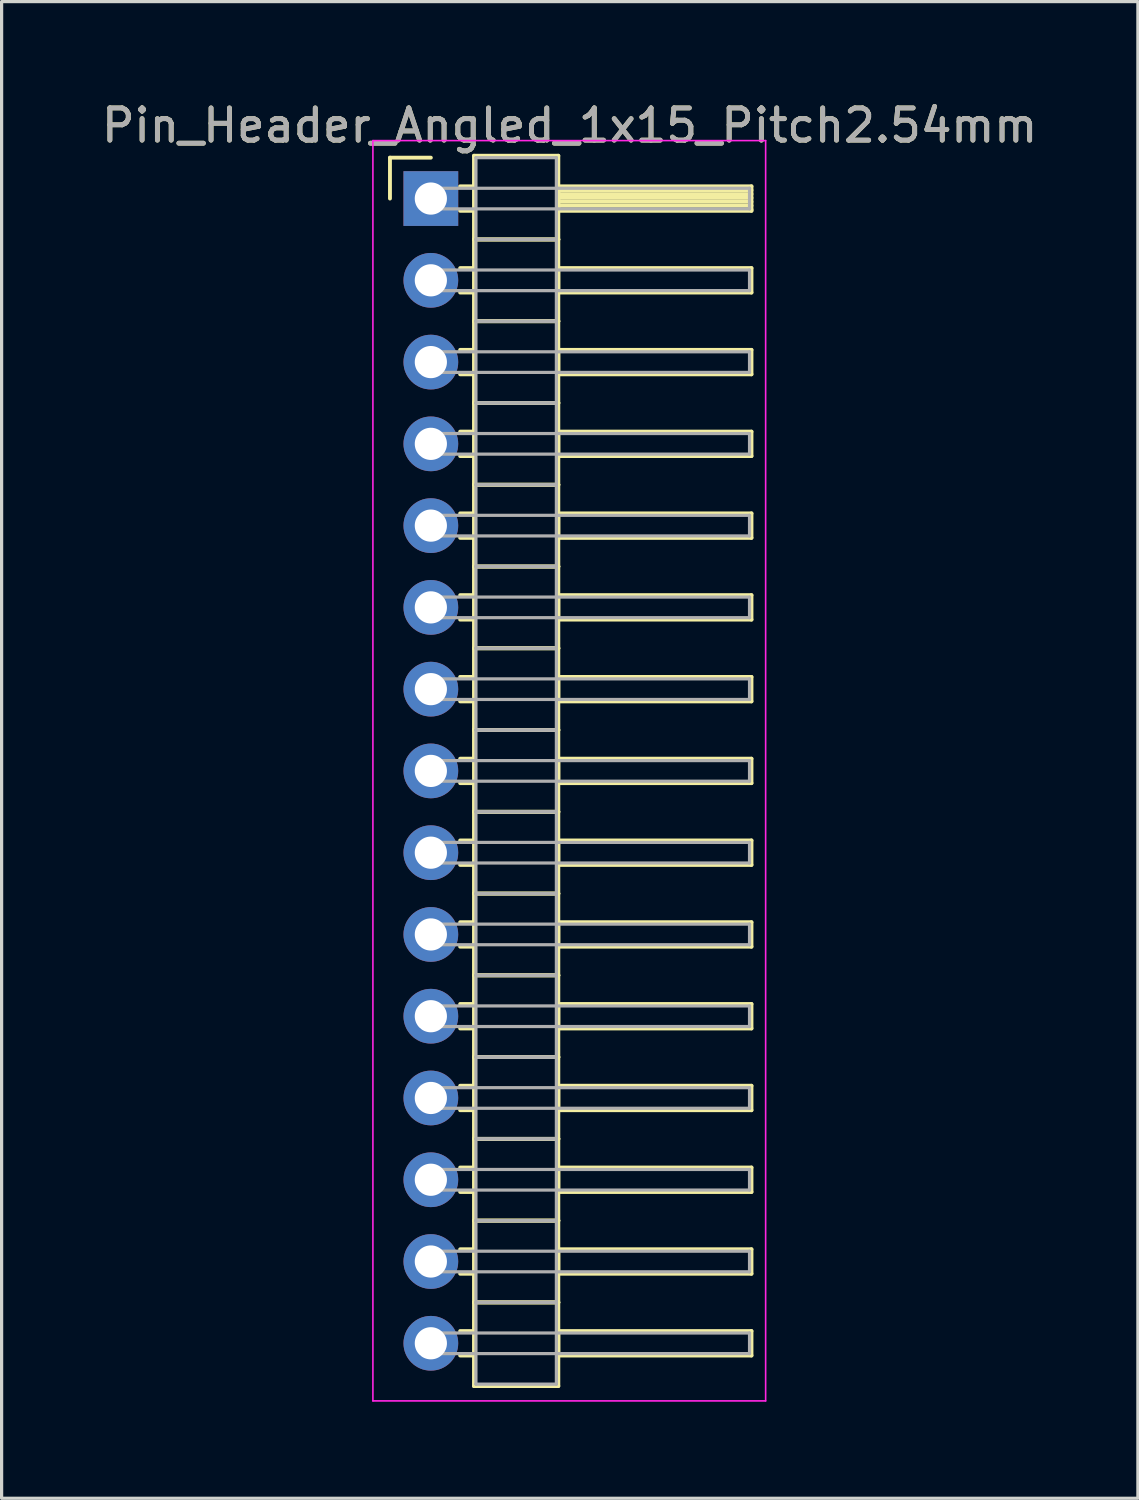
<source format=kicad_pcb>
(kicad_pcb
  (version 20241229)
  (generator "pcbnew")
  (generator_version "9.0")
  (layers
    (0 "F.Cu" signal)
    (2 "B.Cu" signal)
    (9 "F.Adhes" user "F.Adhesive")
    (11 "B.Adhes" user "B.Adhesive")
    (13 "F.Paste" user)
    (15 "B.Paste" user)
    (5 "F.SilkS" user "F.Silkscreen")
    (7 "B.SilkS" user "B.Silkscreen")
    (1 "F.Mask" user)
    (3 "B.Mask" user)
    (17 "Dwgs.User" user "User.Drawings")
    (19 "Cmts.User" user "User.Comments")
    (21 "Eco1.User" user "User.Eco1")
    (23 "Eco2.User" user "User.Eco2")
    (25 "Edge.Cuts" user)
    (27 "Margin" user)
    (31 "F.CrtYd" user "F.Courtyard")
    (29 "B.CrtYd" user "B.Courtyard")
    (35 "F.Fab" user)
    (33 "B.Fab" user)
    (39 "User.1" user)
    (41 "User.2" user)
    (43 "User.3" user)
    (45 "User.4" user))
  (footprint "Pin_Header_Angled_1x15_Pitch2.54mm"
    (layer "F.Cu")
    (at 10.334 3.118)
    (property "Reference" "Pin_Header_Angled_1x15_Pitch2.54mm" (at 4.315 -2.27 0) (layer "F.SilkS") (effects (font (size 1 1) (thickness 0.15))))
    (attr through_hole)
    (fp_line (start -1.27 -1.27) (end 0 -1.27) (stroke (width 0.12) (type solid)) (layer "F.SilkS"))
    (fp_line (start -1.27 0) (end -1.27 -1.27) (stroke (width 0.12) (type solid)) (layer "F.SilkS"))
    (fp_line (start 0.91 -0.38) (end 1.34 -0.38) (stroke (width 0.12) (type solid)) (layer "F.SilkS"))
    (fp_line (start 0.91 0.38) (end 1.34 0.38) (stroke (width 0.12) (type solid)) (layer "F.SilkS"))
    (fp_line (start 0.91 2.16) (end 1.34 2.16) (stroke (width 0.12) (type solid)) (layer "F.SilkS"))
    (fp_line (start 0.91 2.92) (end 1.34 2.92) (stroke (width 0.12) (type solid)) (layer "F.SilkS"))
    (fp_line (start 0.91 4.7) (end 1.34 4.7) (stroke (width 0.12) (type solid)) (layer "F.SilkS"))
    (fp_line (start 0.91 5.46) (end 1.34 5.46) (stroke (width 0.12) (type solid)) (layer "F.SilkS"))
    (fp_line (start 0.91 7.24) (end 1.34 7.24) (stroke (width 0.12) (type solid)) (layer "F.SilkS"))
    (fp_line (start 0.91 8) (end 1.34 8) (stroke (width 0.12) (type solid)) (layer "F.SilkS"))
    (fp_line (start 0.91 9.78) (end 1.34 9.78) (stroke (width 0.12) (type solid)) (layer "F.SilkS"))
    (fp_line (start 0.91 10.54) (end 1.34 10.54) (stroke (width 0.12) (type solid)) (layer "F.SilkS"))
    (fp_line (start 0.91 12.32) (end 1.34 12.32) (stroke (width 0.12) (type solid)) (layer "F.SilkS"))
    (fp_line (start 0.91 13.08) (end 1.34 13.08) (stroke (width 0.12) (type solid)) (layer "F.SilkS"))
    (fp_line (start 0.91 14.86) (end 1.34 14.86) (stroke (width 0.12) (type solid)) (layer "F.SilkS"))
    (fp_line (start 0.91 15.62) (end 1.34 15.62) (stroke (width 0.12) (type solid)) (layer "F.SilkS"))
    (fp_line (start 0.91 17.4) (end 1.34 17.4) (stroke (width 0.12) (type solid)) (layer "F.SilkS"))
    (fp_line (start 0.91 18.16) (end 1.34 18.16) (stroke (width 0.12) (type solid)) (layer "F.SilkS"))
    (fp_line (start 0.91 19.94) (end 1.34 19.94) (stroke (width 0.12) (type solid)) (layer "F.SilkS"))
    (fp_line (start 0.91 20.7) (end 1.34 20.7) (stroke (width 0.12) (type solid)) (layer "F.SilkS"))
    (fp_line (start 0.91 22.48) (end 1.34 22.48) (stroke (width 0.12) (type solid)) (layer "F.SilkS"))
    (fp_line (start 0.91 23.24) (end 1.34 23.24) (stroke (width 0.12) (type solid)) (layer "F.SilkS"))
    (fp_line (start 0.91 25.02) (end 1.34 25.02) (stroke (width 0.12) (type solid)) (layer "F.SilkS"))
    (fp_line (start 0.91 25.78) (end 1.34 25.78) (stroke (width 0.12) (type solid)) (layer "F.SilkS"))
    (fp_line (start 0.91 27.56) (end 1.34 27.56) (stroke (width 0.12) (type solid)) (layer "F.SilkS"))
    (fp_line (start 0.91 28.32) (end 1.34 28.32) (stroke (width 0.12) (type solid)) (layer "F.SilkS"))
    (fp_line (start 0.91 30.1) (end 1.34 30.1) (stroke (width 0.12) (type solid)) (layer "F.SilkS"))
    (fp_line (start 0.91 30.86) (end 1.34 30.86) (stroke (width 0.12) (type solid)) (layer "F.SilkS"))
    (fp_line (start 0.91 32.64) (end 1.34 32.64) (stroke (width 0.12) (type solid)) (layer "F.SilkS"))
    (fp_line (start 0.91 33.4) (end 1.34 33.4) (stroke (width 0.12) (type solid)) (layer "F.SilkS"))
    (fp_line (start 0.91 35.18) (end 1.34 35.18) (stroke (width 0.12) (type solid)) (layer "F.SilkS"))
    (fp_line (start 0.91 35.94) (end 1.34 35.94) (stroke (width 0.12) (type solid)) (layer "F.SilkS"))
    (fp_line (start 1.34 -1.33) (end 1.34 1.27) (stroke (width 0.12) (type solid)) (layer "F.SilkS"))
    (fp_line (start 1.34 1.27) (end 1.34 3.81) (stroke (width 0.12) (type solid)) (layer "F.SilkS"))
    (fp_line (start 1.34 1.27) (end 3.96 1.27) (stroke (width 0.12) (type solid)) (layer "F.SilkS"))
    (fp_line (start 1.34 3.81) (end 1.34 6.35) (stroke (width 0.12) (type solid)) (layer "F.SilkS"))
    (fp_line (start 1.34 3.81) (end 3.96 3.81) (stroke (width 0.12) (type solid)) (layer "F.SilkS"))
    (fp_line (start 1.34 6.35) (end 1.34 8.89) (stroke (width 0.12) (type solid)) (layer "F.SilkS"))
    (fp_line (start 1.34 6.35) (end 3.96 6.35) (stroke (width 0.12) (type solid)) (layer "F.SilkS"))
    (fp_line (start 1.34 8.89) (end 1.34 11.43) (stroke (width 0.12) (type solid)) (layer "F.SilkS"))
    (fp_line (start 1.34 8.89) (end 3.96 8.89) (stroke (width 0.12) (type solid)) (layer "F.SilkS"))
    (fp_line (start 1.34 11.43) (end 1.34 13.97) (stroke (width 0.12) (type solid)) (layer "F.SilkS"))
    (fp_line (start 1.34 11.43) (end 3.96 11.43) (stroke (width 0.12) (type solid)) (layer "F.SilkS"))
    (fp_line (start 1.34 13.97) (end 1.34 16.51) (stroke (width 0.12) (type solid)) (layer "F.SilkS"))
    (fp_line (start 1.34 13.97) (end 3.96 13.97) (stroke (width 0.12) (type solid)) (layer "F.SilkS"))
    (fp_line (start 1.34 16.51) (end 1.34 19.05) (stroke (width 0.12) (type solid)) (layer "F.SilkS"))
    (fp_line (start 1.34 16.51) (end 3.96 16.51) (stroke (width 0.12) (type solid)) (layer "F.SilkS"))
    (fp_line (start 1.34 19.05) (end 1.34 21.59) (stroke (width 0.12) (type solid)) (layer "F.SilkS"))
    (fp_line (start 1.34 19.05) (end 3.96 19.05) (stroke (width 0.12) (type solid)) (layer "F.SilkS"))
    (fp_line (start 1.34 21.59) (end 1.34 24.13) (stroke (width 0.12) (type solid)) (layer "F.SilkS"))
    (fp_line (start 1.34 21.59) (end 3.96 21.59) (stroke (width 0.12) (type solid)) (layer "F.SilkS"))
    (fp_line (start 1.34 24.13) (end 1.34 26.67) (stroke (width 0.12) (type solid)) (layer "F.SilkS"))
    (fp_line (start 1.34 24.13) (end 3.96 24.13) (stroke (width 0.12) (type solid)) (layer "F.SilkS"))
    (fp_line (start 1.34 26.67) (end 1.34 29.21) (stroke (width 0.12) (type solid)) (layer "F.SilkS"))
    (fp_line (start 1.34 26.67) (end 3.96 26.67) (stroke (width 0.12) (type solid)) (layer "F.SilkS"))
    (fp_line (start 1.34 29.21) (end 1.34 31.75) (stroke (width 0.12) (type solid)) (layer "F.SilkS"))
    (fp_line (start 1.34 29.21) (end 3.96 29.21) (stroke (width 0.12) (type solid)) (layer "F.SilkS"))
    (fp_line (start 1.34 31.75) (end 1.34 34.29) (stroke (width 0.12) (type solid)) (layer "F.SilkS"))
    (fp_line (start 1.34 31.75) (end 3.96 31.75) (stroke (width 0.12) (type solid)) (layer "F.SilkS"))
    (fp_line (start 1.34 34.29) (end 1.34 36.89) (stroke (width 0.12) (type solid)) (layer "F.SilkS"))
    (fp_line (start 1.34 34.29) (end 3.96 34.29) (stroke (width 0.12) (type solid)) (layer "F.SilkS"))
    (fp_line (start 1.34 36.89) (end 3.96 36.89) (stroke (width 0.12) (type solid)) (layer "F.SilkS"))
    (fp_line (start 3.96 -1.33) (end 1.34 -1.33) (stroke (width 0.12) (type solid)) (layer "F.SilkS"))
    (fp_line (start 3.96 -0.38) (end 3.96 0.38) (stroke (width 0.12) (type solid)) (layer "F.SilkS"))
    (fp_line (start 3.96 -0.26) (end 9.96 -0.26) (stroke (width 0.12) (type solid)) (layer "F.SilkS"))
    (fp_line (start 3.96 -0.14) (end 9.96 -0.14) (stroke (width 0.12) (type solid)) (layer "F.SilkS"))
    (fp_line (start 3.96 -0.02) (end 9.96 -0.02) (stroke (width 0.12) (type solid)) (layer "F.SilkS"))
    (fp_line (start 3.96 0.1) (end 9.96 0.1) (stroke (width 0.12) (type solid)) (layer "F.SilkS"))
    (fp_line (start 3.96 0.22) (end 9.96 0.22) (stroke (width 0.12) (type solid)) (layer "F.SilkS"))
    (fp_line (start 3.96 0.34) (end 9.96 0.34) (stroke (width 0.12) (type solid)) (layer "F.SilkS"))
    (fp_line (start 3.96 0.38) (end 9.96 0.38) (stroke (width 0.12) (type solid)) (layer "F.SilkS"))
    (fp_line (start 3.96 1.27) (end 1.34 1.27) (stroke (width 0.12) (type solid)) (layer "F.SilkS"))
    (fp_line (start 3.96 1.27) (end 3.96 -1.33) (stroke (width 0.12) (type solid)) (layer "F.SilkS"))
    (fp_line (start 3.96 2.16) (end 3.96 2.92) (stroke (width 0.12) (type solid)) (layer "F.SilkS"))
    (fp_line (start 3.96 2.92) (end 9.96 2.92) (stroke (width 0.12) (type solid)) (layer "F.SilkS"))
    (fp_line (start 3.96 3.81) (end 1.34 3.81) (stroke (width 0.12) (type solid)) (layer "F.SilkS"))
    (fp_line (start 3.96 3.81) (end 3.96 1.27) (stroke (width 0.12) (type solid)) (layer "F.SilkS"))
    (fp_line (start 3.96 4.7) (end 3.96 5.46) (stroke (width 0.12) (type solid)) (layer "F.SilkS"))
    (fp_line (start 3.96 5.46) (end 9.96 5.46) (stroke (width 0.12) (type solid)) (layer "F.SilkS"))
    (fp_line (start 3.96 6.35) (end 1.34 6.35) (stroke (width 0.12) (type solid)) (layer "F.SilkS"))
    (fp_line (start 3.96 6.35) (end 3.96 3.81) (stroke (width 0.12) (type solid)) (layer "F.SilkS"))
    (fp_line (start 3.96 7.24) (end 3.96 8) (stroke (width 0.12) (type solid)) (layer "F.SilkS"))
    (fp_line (start 3.96 8) (end 9.96 8) (stroke (width 0.12) (type solid)) (layer "F.SilkS"))
    (fp_line (start 3.96 8.89) (end 1.34 8.89) (stroke (width 0.12) (type solid)) (layer "F.SilkS"))
    (fp_line (start 3.96 8.89) (end 3.96 6.35) (stroke (width 0.12) (type solid)) (layer "F.SilkS"))
    (fp_line (start 3.96 9.78) (end 3.96 10.54) (stroke (width 0.12) (type solid)) (layer "F.SilkS"))
    (fp_line (start 3.96 10.54) (end 9.96 10.54) (stroke (width 0.12) (type solid)) (layer "F.SilkS"))
    (fp_line (start 3.96 11.43) (end 1.34 11.43) (stroke (width 0.12) (type solid)) (layer "F.SilkS"))
    (fp_line (start 3.96 11.43) (end 3.96 8.89) (stroke (width 0.12) (type solid)) (layer "F.SilkS"))
    (fp_line (start 3.96 12.32) (end 3.96 13.08) (stroke (width 0.12) (type solid)) (layer "F.SilkS"))
    (fp_line (start 3.96 13.08) (end 9.96 13.08) (stroke (width 0.12) (type solid)) (layer "F.SilkS"))
    (fp_line (start 3.96 13.97) (end 1.34 13.97) (stroke (width 0.12) (type solid)) (layer "F.SilkS"))
    (fp_line (start 3.96 13.97) (end 3.96 11.43) (stroke (width 0.12) (type solid)) (layer "F.SilkS"))
    (fp_line (start 3.96 14.86) (end 3.96 15.62) (stroke (width 0.12) (type solid)) (layer "F.SilkS"))
    (fp_line (start 3.96 15.62) (end 9.96 15.62) (stroke (width 0.12) (type solid)) (layer "F.SilkS"))
    (fp_line (start 3.96 16.51) (end 1.34 16.51) (stroke (width 0.12) (type solid)) (layer "F.SilkS"))
    (fp_line (start 3.96 16.51) (end 3.96 13.97) (stroke (width 0.12) (type solid)) (layer "F.SilkS"))
    (fp_line (start 3.96 17.4) (end 3.96 18.16) (stroke (width 0.12) (type solid)) (layer "F.SilkS"))
    (fp_line (start 3.96 18.16) (end 9.96 18.16) (stroke (width 0.12) (type solid)) (layer "F.SilkS"))
    (fp_line (start 3.96 19.05) (end 1.34 19.05) (stroke (width 0.12) (type solid)) (layer "F.SilkS"))
    (fp_line (start 3.96 19.05) (end 3.96 16.51) (stroke (width 0.12) (type solid)) (layer "F.SilkS"))
    (fp_line (start 3.96 19.94) (end 3.96 20.7) (stroke (width 0.12) (type solid)) (layer "F.SilkS"))
    (fp_line (start 3.96 20.7) (end 9.96 20.7) (stroke (width 0.12) (type solid)) (layer "F.SilkS"))
    (fp_line (start 3.96 21.59) (end 1.34 21.59) (stroke (width 0.12) (type solid)) (layer "F.SilkS"))
    (fp_line (start 3.96 21.59) (end 3.96 19.05) (stroke (width 0.12) (type solid)) (layer "F.SilkS"))
    (fp_line (start 3.96 22.48) (end 3.96 23.24) (stroke (width 0.12) (type solid)) (layer "F.SilkS"))
    (fp_line (start 3.96 23.24) (end 9.96 23.24) (stroke (width 0.12) (type solid)) (layer "F.SilkS"))
    (fp_line (start 3.96 24.13) (end 1.34 24.13) (stroke (width 0.12) (type solid)) (layer "F.SilkS"))
    (fp_line (start 3.96 24.13) (end 3.96 21.59) (stroke (width 0.12) (type solid)) (layer "F.SilkS"))
    (fp_line (start 3.96 25.02) (end 3.96 25.78) (stroke (width 0.12) (type solid)) (layer "F.SilkS"))
    (fp_line (start 3.96 25.78) (end 9.96 25.78) (stroke (width 0.12) (type solid)) (layer "F.SilkS"))
    (fp_line (start 3.96 26.67) (end 1.34 26.67) (stroke (width 0.12) (type solid)) (layer "F.SilkS"))
    (fp_line (start 3.96 26.67) (end 3.96 24.13) (stroke (width 0.12) (type solid)) (layer "F.SilkS"))
    (fp_line (start 3.96 27.56) (end 3.96 28.32) (stroke (width 0.12) (type solid)) (layer "F.SilkS"))
    (fp_line (start 3.96 28.32) (end 9.96 28.32) (stroke (width 0.12) (type solid)) (layer "F.SilkS"))
    (fp_line (start 3.96 29.21) (end 1.34 29.21) (stroke (width 0.12) (type solid)) (layer "F.SilkS"))
    (fp_line (start 3.96 29.21) (end 3.96 26.67) (stroke (width 0.12) (type solid)) (layer "F.SilkS"))
    (fp_line (start 3.96 30.1) (end 3.96 30.86) (stroke (width 0.12) (type solid)) (layer "F.SilkS"))
    (fp_line (start 3.96 30.86) (end 9.96 30.86) (stroke (width 0.12) (type solid)) (layer "F.SilkS"))
    (fp_line (start 3.96 31.75) (end 1.34 31.75) (stroke (width 0.12) (type solid)) (layer "F.SilkS"))
    (fp_line (start 3.96 31.75) (end 3.96 29.21) (stroke (width 0.12) (type solid)) (layer "F.SilkS"))
    (fp_line (start 3.96 32.64) (end 3.96 33.4) (stroke (width 0.12) (type solid)) (layer "F.SilkS"))
    (fp_line (start 3.96 33.4) (end 9.96 33.4) (stroke (width 0.12) (type solid)) (layer "F.SilkS"))
    (fp_line (start 3.96 34.29) (end 1.34 34.29) (stroke (width 0.12) (type solid)) (layer "F.SilkS"))
    (fp_line (start 3.96 34.29) (end 3.96 31.75) (stroke (width 0.12) (type solid)) (layer "F.SilkS"))
    (fp_line (start 3.96 35.18) (end 3.96 35.94) (stroke (width 0.12) (type solid)) (layer "F.SilkS"))
    (fp_line (start 3.96 35.94) (end 9.96 35.94) (stroke (width 0.12) (type solid)) (layer "F.SilkS"))
    (fp_line (start 3.96 36.89) (end 3.96 34.29) (stroke (width 0.12) (type solid)) (layer "F.SilkS"))
    (fp_line (start 9.96 -0.38) (end 3.96 -0.38) (stroke (width 0.12) (type solid)) (layer "F.SilkS"))
    (fp_line (start 9.96 0.38) (end 9.96 -0.38) (stroke (width 0.12) (type solid)) (layer "F.SilkS"))
    (fp_line (start 9.96 2.16) (end 3.96 2.16) (stroke (width 0.12) (type solid)) (layer "F.SilkS"))
    (fp_line (start 9.96 2.92) (end 9.96 2.16) (stroke (width 0.12) (type solid)) (layer "F.SilkS"))
    (fp_line (start 9.96 4.7) (end 3.96 4.7) (stroke (width 0.12) (type solid)) (layer "F.SilkS"))
    (fp_line (start 9.96 5.46) (end 9.96 4.7) (stroke (width 0.12) (type solid)) (layer "F.SilkS"))
    (fp_line (start 9.96 7.24) (end 3.96 7.24) (stroke (width 0.12) (type solid)) (layer "F.SilkS"))
    (fp_line (start 9.96 8) (end 9.96 7.24) (stroke (width 0.12) (type solid)) (layer "F.SilkS"))
    (fp_line (start 9.96 9.78) (end 3.96 9.78) (stroke (width 0.12) (type solid)) (layer "F.SilkS"))
    (fp_line (start 9.96 10.54) (end 9.96 9.78) (stroke (width 0.12) (type solid)) (layer "F.SilkS"))
    (fp_line (start 9.96 12.32) (end 3.96 12.32) (stroke (width 0.12) (type solid)) (layer "F.SilkS"))
    (fp_line (start 9.96 13.08) (end 9.96 12.32) (stroke (width 0.12) (type solid)) (layer "F.SilkS"))
    (fp_line (start 9.96 14.86) (end 3.96 14.86) (stroke (width 0.12) (type solid)) (layer "F.SilkS"))
    (fp_line (start 9.96 15.62) (end 9.96 14.86) (stroke (width 0.12) (type solid)) (layer "F.SilkS"))
    (fp_line (start 9.96 17.4) (end 3.96 17.4) (stroke (width 0.12) (type solid)) (layer "F.SilkS"))
    (fp_line (start 9.96 18.16) (end 9.96 17.4) (stroke (width 0.12) (type solid)) (layer "F.SilkS"))
    (fp_line (start 9.96 19.94) (end 3.96 19.94) (stroke (width 0.12) (type solid)) (layer "F.SilkS"))
    (fp_line (start 9.96 20.7) (end 9.96 19.94) (stroke (width 0.12) (type solid)) (layer "F.SilkS"))
    (fp_line (start 9.96 22.48) (end 3.96 22.48) (stroke (width 0.12) (type solid)) (layer "F.SilkS"))
    (fp_line (start 9.96 23.24) (end 9.96 22.48) (stroke (width 0.12) (type solid)) (layer "F.SilkS"))
    (fp_line (start 9.96 25.02) (end 3.96 25.02) (stroke (width 0.12) (type solid)) (layer "F.SilkS"))
    (fp_line (start 9.96 25.78) (end 9.96 25.02) (stroke (width 0.12) (type solid)) (layer "F.SilkS"))
    (fp_line (start 9.96 27.56) (end 3.96 27.56) (stroke (width 0.12) (type solid)) (layer "F.SilkS"))
    (fp_line (start 9.96 28.32) (end 9.96 27.56) (stroke (width 0.12) (type solid)) (layer "F.SilkS"))
    (fp_line (start 9.96 30.1) (end 3.96 30.1) (stroke (width 0.12) (type solid)) (layer "F.SilkS"))
    (fp_line (start 9.96 30.86) (end 9.96 30.1) (stroke (width 0.12) (type solid)) (layer "F.SilkS"))
    (fp_line (start 9.96 32.64) (end 3.96 32.64) (stroke (width 0.12) (type solid)) (layer "F.SilkS"))
    (fp_line (start 9.96 33.4) (end 9.96 32.64) (stroke (width 0.12) (type solid)) (layer "F.SilkS"))
    (fp_line (start 9.96 35.18) (end 3.96 35.18) (stroke (width 0.12) (type solid)) (layer "F.SilkS"))
    (fp_line (start 9.96 35.94) (end 9.96 35.18) (stroke (width 0.12) (type solid)) (layer "F.SilkS"))
    (fp_line (start -1.8 -1.8) (end -1.8 37.35) (stroke (width 0.05) (type solid)) (layer "F.CrtYd"))
    (fp_line (start -1.8 37.35) (end 10.4 37.35) (stroke (width 0.05) (type solid)) (layer "F.CrtYd"))
    (fp_line (start 10.4 -1.8) (end -1.8 -1.8) (stroke (width 0.05) (type solid)) (layer "F.CrtYd"))
    (fp_line (start 10.4 37.35) (end 10.4 -1.8) (stroke (width 0.05) (type solid)) (layer "F.CrtYd"))
    (fp_line (start 0 -0.32) (end 0 0.32) (stroke (width 0.1) (type solid)) (layer "F.Fab"))
    (fp_line (start 0 0.32) (end 9.9 0.32) (stroke (width 0.1) (type solid)) (layer "F.Fab"))
    (fp_line (start 0 2.22) (end 0 2.86) (stroke (width 0.1) (type solid)) (layer "F.Fab"))
    (fp_line (start 0 2.86) (end 9.9 2.86) (stroke (width 0.1) (type solid)) (layer "F.Fab"))
    (fp_line (start 0 4.76) (end 0 5.4) (stroke (width 0.1) (type solid)) (layer "F.Fab"))
    (fp_line (start 0 5.4) (end 9.9 5.4) (stroke (width 0.1) (type solid)) (layer "F.Fab"))
    (fp_line (start 0 7.3) (end 0 7.94) (stroke (width 0.1) (type solid)) (layer "F.Fab"))
    (fp_line (start 0 7.94) (end 9.9 7.94) (stroke (width 0.1) (type solid)) (layer "F.Fab"))
    (fp_line (start 0 9.84) (end 0 10.48) (stroke (width 0.1) (type solid)) (layer "F.Fab"))
    (fp_line (start 0 10.48) (end 9.9 10.48) (stroke (width 0.1) (type solid)) (layer "F.Fab"))
    (fp_line (start 0 12.38) (end 0 13.02) (stroke (width 0.1) (type solid)) (layer "F.Fab"))
    (fp_line (start 0 13.02) (end 9.9 13.02) (stroke (width 0.1) (type solid)) (layer "F.Fab"))
    (fp_line (start 0 14.92) (end 0 15.56) (stroke (width 0.1) (type solid)) (layer "F.Fab"))
    (fp_line (start 0 15.56) (end 9.9 15.56) (stroke (width 0.1) (type solid)) (layer "F.Fab"))
    (fp_line (start 0 17.46) (end 0 18.1) (stroke (width 0.1) (type solid)) (layer "F.Fab"))
    (fp_line (start 0 18.1) (end 9.9 18.1) (stroke (width 0.1) (type solid)) (layer "F.Fab"))
    (fp_line (start 0 20) (end 0 20.64) (stroke (width 0.1) (type solid)) (layer "F.Fab"))
    (fp_line (start 0 20.64) (end 9.9 20.64) (stroke (width 0.1) (type solid)) (layer "F.Fab"))
    (fp_line (start 0 22.54) (end 0 23.18) (stroke (width 0.1) (type solid)) (layer "F.Fab"))
    (fp_line (start 0 23.18) (end 9.9 23.18) (stroke (width 0.1) (type solid)) (layer "F.Fab"))
    (fp_line (start 0 25.08) (end 0 25.72) (stroke (width 0.1) (type solid)) (layer "F.Fab"))
    (fp_line (start 0 25.72) (end 9.9 25.72) (stroke (width 0.1) (type solid)) (layer "F.Fab"))
    (fp_line (start 0 27.62) (end 0 28.26) (stroke (width 0.1) (type solid)) (layer "F.Fab"))
    (fp_line (start 0 28.26) (end 9.9 28.26) (stroke (width 0.1) (type solid)) (layer "F.Fab"))
    (fp_line (start 0 30.16) (end 0 30.8) (stroke (width 0.1) (type solid)) (layer "F.Fab"))
    (fp_line (start 0 30.8) (end 9.9 30.8) (stroke (width 0.1) (type solid)) (layer "F.Fab"))
    (fp_line (start 0 32.7) (end 0 33.34) (stroke (width 0.1) (type solid)) (layer "F.Fab"))
    (fp_line (start 0 33.34) (end 9.9 33.34) (stroke (width 0.1) (type solid)) (layer "F.Fab"))
    (fp_line (start 0 35.24) (end 0 35.88) (stroke (width 0.1) (type solid)) (layer "F.Fab"))
    (fp_line (start 0 35.88) (end 9.9 35.88) (stroke (width 0.1) (type solid)) (layer "F.Fab"))
    (fp_line (start 1.4 -1.27) (end 1.4 1.27) (stroke (width 0.1) (type solid)) (layer "F.Fab"))
    (fp_line (start 1.4 1.27) (end 1.4 3.81) (stroke (width 0.1) (type solid)) (layer "F.Fab"))
    (fp_line (start 1.4 1.27) (end 3.9 1.27) (stroke (width 0.1) (type solid)) (layer "F.Fab"))
    (fp_line (start 1.4 3.81) (end 1.4 6.35) (stroke (width 0.1) (type solid)) (layer "F.Fab"))
    (fp_line (start 1.4 3.81) (end 3.9 3.81) (stroke (width 0.1) (type solid)) (layer "F.Fab"))
    (fp_line (start 1.4 6.35) (end 1.4 8.89) (stroke (width 0.1) (type solid)) (layer "F.Fab"))
    (fp_line (start 1.4 6.35) (end 3.9 6.35) (stroke (width 0.1) (type solid)) (layer "F.Fab"))
    (fp_line (start 1.4 8.89) (end 1.4 11.43) (stroke (width 0.1) (type solid)) (layer "F.Fab"))
    (fp_line (start 1.4 8.89) (end 3.9 8.89) (stroke (width 0.1) (type solid)) (layer "F.Fab"))
    (fp_line (start 1.4 11.43) (end 1.4 13.97) (stroke (width 0.1) (type solid)) (layer "F.Fab"))
    (fp_line (start 1.4 11.43) (end 3.9 11.43) (stroke (width 0.1) (type solid)) (layer "F.Fab"))
    (fp_line (start 1.4 13.97) (end 1.4 16.51) (stroke (width 0.1) (type solid)) (layer "F.Fab"))
    (fp_line (start 1.4 13.97) (end 3.9 13.97) (stroke (width 0.1) (type solid)) (layer "F.Fab"))
    (fp_line (start 1.4 16.51) (end 1.4 19.05) (stroke (width 0.1) (type solid)) (layer "F.Fab"))
    (fp_line (start 1.4 16.51) (end 3.9 16.51) (stroke (width 0.1) (type solid)) (layer "F.Fab"))
    (fp_line (start 1.4 19.05) (end 1.4 21.59) (stroke (width 0.1) (type solid)) (layer "F.Fab"))
    (fp_line (start 1.4 19.05) (end 3.9 19.05) (stroke (width 0.1) (type solid)) (layer "F.Fab"))
    (fp_line (start 1.4 21.59) (end 1.4 24.13) (stroke (width 0.1) (type solid)) (layer "F.Fab"))
    (fp_line (start 1.4 21.59) (end 3.9 21.59) (stroke (width 0.1) (type solid)) (layer "F.Fab"))
    (fp_line (start 1.4 24.13) (end 1.4 26.67) (stroke (width 0.1) (type solid)) (layer "F.Fab"))
    (fp_line (start 1.4 24.13) (end 3.9 24.13) (stroke (width 0.1) (type solid)) (layer "F.Fab"))
    (fp_line (start 1.4 26.67) (end 1.4 29.21) (stroke (width 0.1) (type solid)) (layer "F.Fab"))
    (fp_line (start 1.4 26.67) (end 3.9 26.67) (stroke (width 0.1) (type solid)) (layer "F.Fab"))
    (fp_line (start 1.4 29.21) (end 1.4 31.75) (stroke (width 0.1) (type solid)) (layer "F.Fab"))
    (fp_line (start 1.4 29.21) (end 3.9 29.21) (stroke (width 0.1) (type solid)) (layer "F.Fab"))
    (fp_line (start 1.4 31.75) (end 1.4 34.29) (stroke (width 0.1) (type solid)) (layer "F.Fab"))
    (fp_line (start 1.4 31.75) (end 3.9 31.75) (stroke (width 0.1) (type solid)) (layer "F.Fab"))
    (fp_line (start 1.4 34.29) (end 1.4 36.83) (stroke (width 0.1) (type solid)) (layer "F.Fab"))
    (fp_line (start 1.4 34.29) (end 3.9 34.29) (stroke (width 0.1) (type solid)) (layer "F.Fab"))
    (fp_line (start 1.4 36.83) (end 3.9 36.83) (stroke (width 0.1) (type solid)) (layer "F.Fab"))
    (fp_line (start 3.9 -1.27) (end 1.4 -1.27) (stroke (width 0.1) (type solid)) (layer "F.Fab"))
    (fp_line (start 3.9 1.27) (end 1.4 1.27) (stroke (width 0.1) (type solid)) (layer "F.Fab"))
    (fp_line (start 3.9 1.27) (end 3.9 -1.27) (stroke (width 0.1) (type solid)) (layer "F.Fab"))
    (fp_line (start 3.9 3.81) (end 1.4 3.81) (stroke (width 0.1) (type solid)) (layer "F.Fab"))
    (fp_line (start 3.9 3.81) (end 3.9 1.27) (stroke (width 0.1) (type solid)) (layer "F.Fab"))
    (fp_line (start 3.9 6.35) (end 1.4 6.35) (stroke (width 0.1) (type solid)) (layer "F.Fab"))
    (fp_line (start 3.9 6.35) (end 3.9 3.81) (stroke (width 0.1) (type solid)) (layer "F.Fab"))
    (fp_line (start 3.9 8.89) (end 1.4 8.89) (stroke (width 0.1) (type solid)) (layer "F.Fab"))
    (fp_line (start 3.9 8.89) (end 3.9 6.35) (stroke (width 0.1) (type solid)) (layer "F.Fab"))
    (fp_line (start 3.9 11.43) (end 1.4 11.43) (stroke (width 0.1) (type solid)) (layer "F.Fab"))
    (fp_line (start 3.9 11.43) (end 3.9 8.89) (stroke (width 0.1) (type solid)) (layer "F.Fab"))
    (fp_line (start 3.9 13.97) (end 1.4 13.97) (stroke (width 0.1) (type solid)) (layer "F.Fab"))
    (fp_line (start 3.9 13.97) (end 3.9 11.43) (stroke (width 0.1) (type solid)) (layer "F.Fab"))
    (fp_line (start 3.9 16.51) (end 1.4 16.51) (stroke (width 0.1) (type solid)) (layer "F.Fab"))
    (fp_line (start 3.9 16.51) (end 3.9 13.97) (stroke (width 0.1) (type solid)) (layer "F.Fab"))
    (fp_line (start 3.9 19.05) (end 1.4 19.05) (stroke (width 0.1) (type solid)) (layer "F.Fab"))
    (fp_line (start 3.9 19.05) (end 3.9 16.51) (stroke (width 0.1) (type solid)) (layer "F.Fab"))
    (fp_line (start 3.9 21.59) (end 1.4 21.59) (stroke (width 0.1) (type solid)) (layer "F.Fab"))
    (fp_line (start 3.9 21.59) (end 3.9 19.05) (stroke (width 0.1) (type solid)) (layer "F.Fab"))
    (fp_line (start 3.9 24.13) (end 1.4 24.13) (stroke (width 0.1) (type solid)) (layer "F.Fab"))
    (fp_line (start 3.9 24.13) (end 3.9 21.59) (stroke (width 0.1) (type solid)) (layer "F.Fab"))
    (fp_line (start 3.9 26.67) (end 1.4 26.67) (stroke (width 0.1) (type solid)) (layer "F.Fab"))
    (fp_line (start 3.9 26.67) (end 3.9 24.13) (stroke (width 0.1) (type solid)) (layer "F.Fab"))
    (fp_line (start 3.9 29.21) (end 1.4 29.21) (stroke (width 0.1) (type solid)) (layer "F.Fab"))
    (fp_line (start 3.9 29.21) (end 3.9 26.67) (stroke (width 0.1) (type solid)) (layer "F.Fab"))
    (fp_line (start 3.9 31.75) (end 1.4 31.75) (stroke (width 0.1) (type solid)) (layer "F.Fab"))
    (fp_line (start 3.9 31.75) (end 3.9 29.21) (stroke (width 0.1) (type solid)) (layer "F.Fab"))
    (fp_line (start 3.9 34.29) (end 1.4 34.29) (stroke (width 0.1) (type solid)) (layer "F.Fab"))
    (fp_line (start 3.9 34.29) (end 3.9 31.75) (stroke (width 0.1) (type solid)) (layer "F.Fab"))
    (fp_line (start 3.9 36.83) (end 3.9 34.29) (stroke (width 0.1) (type solid)) (layer "F.Fab"))
    (fp_line (start 9.9 -0.32) (end 0 -0.32) (stroke (width 0.1) (type solid)) (layer "F.Fab"))
    (fp_line (start 9.9 0.32) (end 9.9 -0.32) (stroke (width 0.1) (type solid)) (layer "F.Fab"))
    (fp_line (start 9.9 2.22) (end 0 2.22) (stroke (width 0.1) (type solid)) (layer "F.Fab"))
    (fp_line (start 9.9 2.86) (end 9.9 2.22) (stroke (width 0.1) (type solid)) (layer "F.Fab"))
    (fp_line (start 9.9 4.76) (end 0 4.76) (stroke (width 0.1) (type solid)) (layer "F.Fab"))
    (fp_line (start 9.9 5.4) (end 9.9 4.76) (stroke (width 0.1) (type solid)) (layer "F.Fab"))
    (fp_line (start 9.9 7.3) (end 0 7.3) (stroke (width 0.1) (type solid)) (layer "F.Fab"))
    (fp_line (start 9.9 7.94) (end 9.9 7.3) (stroke (width 0.1) (type solid)) (layer "F.Fab"))
    (fp_line (start 9.9 9.84) (end 0 9.84) (stroke (width 0.1) (type solid)) (layer "F.Fab"))
    (fp_line (start 9.9 10.48) (end 9.9 9.84) (stroke (width 0.1) (type solid)) (layer "F.Fab"))
    (fp_line (start 9.9 12.38) (end 0 12.38) (stroke (width 0.1) (type solid)) (layer "F.Fab"))
    (fp_line (start 9.9 13.02) (end 9.9 12.38) (stroke (width 0.1) (type solid)) (layer "F.Fab"))
    (fp_line (start 9.9 14.92) (end 0 14.92) (stroke (width 0.1) (type solid)) (layer "F.Fab"))
    (fp_line (start 9.9 15.56) (end 9.9 14.92) (stroke (width 0.1) (type solid)) (layer "F.Fab"))
    (fp_line (start 9.9 17.46) (end 0 17.46) (stroke (width 0.1) (type solid)) (layer "F.Fab"))
    (fp_line (start 9.9 18.1) (end 9.9 17.46) (stroke (width 0.1) (type solid)) (layer "F.Fab"))
    (fp_line (start 9.9 20) (end 0 20) (stroke (width 0.1) (type solid)) (layer "F.Fab"))
    (fp_line (start 9.9 20.64) (end 9.9 20) (stroke (width 0.1) (type solid)) (layer "F.Fab"))
    (fp_line (start 9.9 22.54) (end 0 22.54) (stroke (width 0.1) (type solid)) (layer "F.Fab"))
    (fp_line (start 9.9 23.18) (end 9.9 22.54) (stroke (width 0.1) (type solid)) (layer "F.Fab"))
    (fp_line (start 9.9 25.08) (end 0 25.08) (stroke (width 0.1) (type solid)) (layer "F.Fab"))
    (fp_line (start 9.9 25.72) (end 9.9 25.08) (stroke (width 0.1) (type solid)) (layer "F.Fab"))
    (fp_line (start 9.9 27.62) (end 0 27.62) (stroke (width 0.1) (type solid)) (layer "F.Fab"))
    (fp_line (start 9.9 28.26) (end 9.9 27.62) (stroke (width 0.1) (type solid)) (layer "F.Fab"))
    (fp_line (start 9.9 30.16) (end 0 30.16) (stroke (width 0.1) (type solid)) (layer "F.Fab"))
    (fp_line (start 9.9 30.8) (end 9.9 30.16) (stroke (width 0.1) (type solid)) (layer "F.Fab"))
    (fp_line (start 9.9 32.7) (end 0 32.7) (stroke (width 0.1) (type solid)) (layer "F.Fab"))
    (fp_line (start 9.9 33.34) (end 9.9 32.7) (stroke (width 0.1) (type solid)) (layer "F.Fab"))
    (fp_line (start 9.9 35.24) (end 0 35.24) (stroke (width 0.1) (type solid)) (layer "F.Fab"))
    (fp_line (start 9.9 35.88) (end 9.9 35.24) (stroke (width 0.1) (type solid)) (layer "F.Fab"))
    (fp_text user "${REFERENCE}" (at 4.315 -2.27 0) (layer "F.Fab") (effects (font (size 1 1) (thickness 0.15))))
    (pad "1" thru_hole rect (at 0 0) (size 1.7 1.7) (drill 1) (layers "*.Cu" "*.Mask"))
    (pad "2" thru_hole oval (at 0 2.54) (size 1.7 1.7) (drill 1) (layers "*.Cu" "*.Mask"))
    (pad "3" thru_hole oval (at 0 5.08) (size 1.7 1.7) (drill 1) (layers "*.Cu" "*.Mask"))
    (pad "4" thru_hole oval (at 0 7.62) (size 1.7 1.7) (drill 1) (layers "*.Cu" "*.Mask"))
    (pad "5" thru_hole oval (at 0 10.16) (size 1.7 1.7) (drill 1) (layers "*.Cu" "*.Mask"))
    (pad "6" thru_hole oval (at 0 12.7) (size 1.7 1.7) (drill 1) (layers "*.Cu" "*.Mask"))
    (pad "7" thru_hole oval (at 0 15.24) (size 1.7 1.7) (drill 1) (layers "*.Cu" "*.Mask"))
    (pad "8" thru_hole oval (at 0 17.78) (size 1.7 1.7) (drill 1) (layers "*.Cu" "*.Mask"))
    (pad "9" thru_hole oval (at 0 20.32) (size 1.7 1.7) (drill 1) (layers "*.Cu" "*.Mask"))
    (pad "10" thru_hole oval (at 0 22.86) (size 1.7 1.7) (drill 1) (layers "*.Cu" "*.Mask"))
    (pad "11" thru_hole oval (at 0 25.4) (size 1.7 1.7) (drill 1) (layers "*.Cu" "*.Mask"))
    (pad "12" thru_hole oval (at 0 27.94) (size 1.7 1.7) (drill 1) (layers "*.Cu" "*.Mask"))
    (pad "13" thru_hole oval (at 0 30.48) (size 1.7 1.7) (drill 1) (layers "*.Cu" "*.Mask"))
    (pad "14" thru_hole oval (at 0 33.02) (size 1.7 1.7) (drill 1) (layers "*.Cu" "*.Mask"))
    (pad "15" thru_hole oval (at 0 35.56) (size 1.7 1.7) (drill 1) (layers "*.Cu" "*.Mask")))
  (gr_rect
    (start -3 -3)
    (end 32.298 43.493)
    (stroke (width 0.1) (type default))
    (fill no)
    (layer "Edge.Cuts")))
</source>
